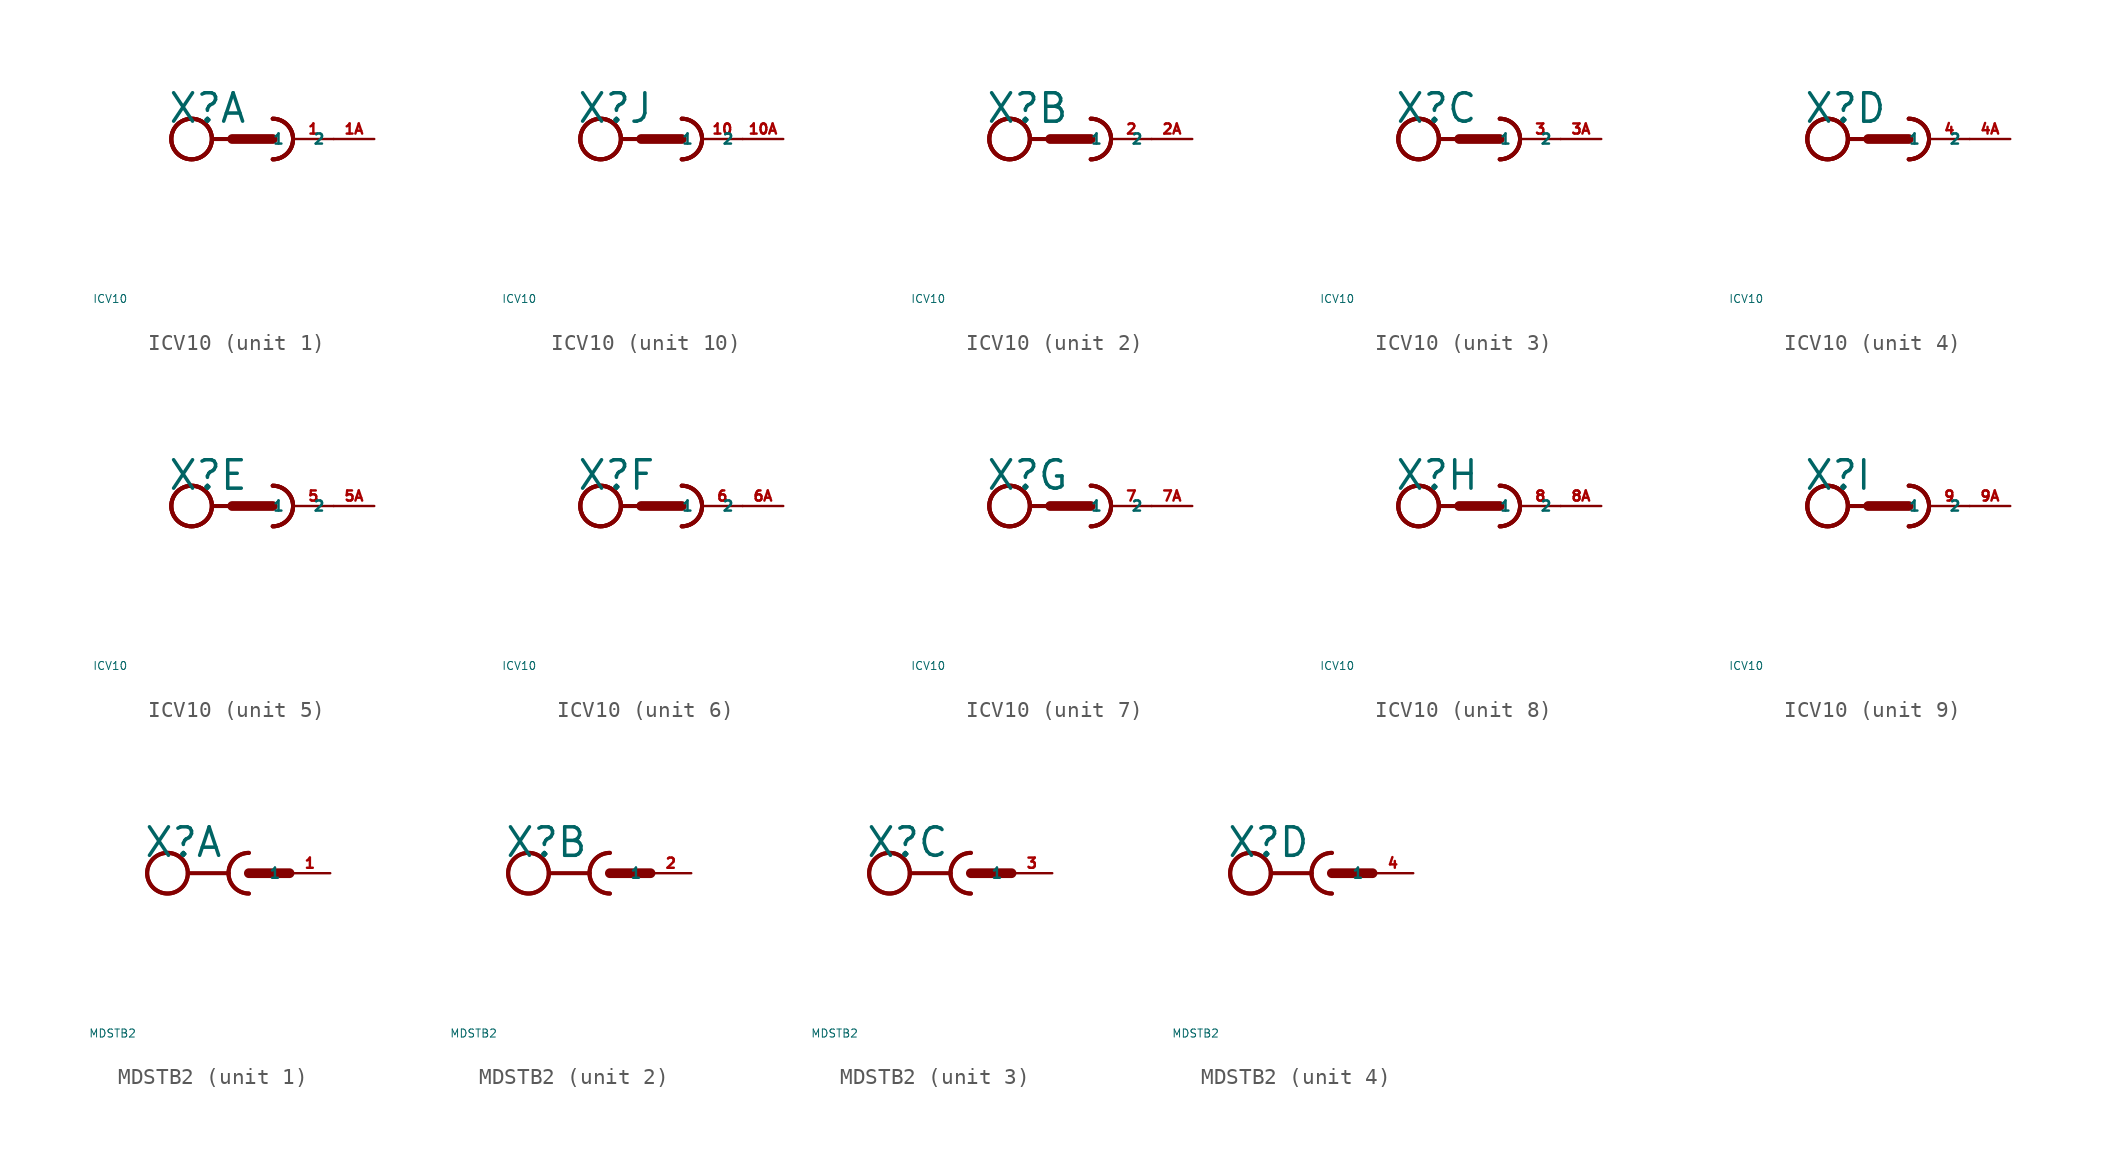
<source format=kicad_sym>
(kicad_symbol_lib
  (version 20220914)
  (generator Eagle2Kicad)
  (symbol "ICV10"
    (property "Reference" "X"
      (at -5.334 0.889 0)
      (effects (font (size 1.778 1.778) (thickness 0.22)) (justify left bottom)))
    (property "Value" "ICV10"
      (at -10 -10 0)
      (effects (font (size 0.5 0.5) (thickness 0.06)) (justify left)))
    (symbol "ICV10_1_0"
      (arc (start 1.27 -1.27) (mid 2.540 0.000) (end 1.27 1.27) (stroke (width 0.254) (type default)) (fill (type none)))
      (arc (start 1.27 -1.27) (mid 2.540 0.000) (end 1.27 1.27) (stroke (width 0.254) (type default)) (fill (type none)))
      (polyline (pts (xy -2.54 0) (xy -1.27 0)) (stroke (width 0.254) (type default)) (fill (type none)))
      (polyline (pts (xy -1.27 0) (xy 1.27 0)) (stroke (width 0.61) (type default)) (fill (type none)))
      (arc (start 1.27 -1.27) (mid 2.540 0.000) (end 1.27 1.27) (stroke (width 0.254) (type default)) (fill (type none)))
      (circle (center -3.81 0) (radius 1.27) (stroke (width 0.254) (type default)) (fill (type none)))
      (circle (center -3.81 0) (radius 1.27) (stroke (width 0.254) (type default)) (fill (type none)))
      (circle (center -3.81 0) (radius 1.27) (stroke (width 0.254) (type default)) (fill (type none)))
      (pin passive line (at 5.08 0 180) (length 2.54) (name "1" (effects (font (size 0.635 0.635) (thickness 0.08)) (justify left bottom))) (number "1" (effects (font (size 0.635 0.635) (thickness 0.08)) (justify left bottom))))
      (pin passive line (at 7.62 0 180) (length 2.54) (name "2" (effects (font (size 0.635 0.635) (thickness 0.08)) (justify left bottom))) (number "1A" (effects (font (size 0.635 0.635) (thickness 0.08)) (justify left bottom)))))
    (symbol "ICV10_2_0"
      (arc (start 1.27 -1.27) (mid 2.540 0.000) (end 1.27 1.27) (stroke (width 0.254) (type default)) (fill (type none)))
      (arc (start 1.27 -1.27) (mid 2.540 0.000) (end 1.27 1.27) (stroke (width 0.254) (type default)) (fill (type none)))
      (polyline (pts (xy -2.54 0) (xy -1.27 0)) (stroke (width 0.254) (type default)) (fill (type none)))
      (polyline (pts (xy -1.27 0) (xy 1.27 0)) (stroke (width 0.61) (type default)) (fill (type none)))
      (arc (start 1.27 -1.27) (mid 2.540 0.000) (end 1.27 1.27) (stroke (width 0.254) (type default)) (fill (type none)))
      (circle (center -3.81 0) (radius 1.27) (stroke (width 0.254) (type default)) (fill (type none)))
      (circle (center -3.81 0) (radius 1.27) (stroke (width 0.254) (type default)) (fill (type none)))
      (circle (center -3.81 0) (radius 1.27) (stroke (width 0.254) (type default)) (fill (type none)))
      (pin passive line (at 5.08 0 180) (length 2.54) (name "1" (effects (font (size 0.635 0.635) (thickness 0.08)) (justify left bottom))) (number "2" (effects (font (size 0.635 0.635) (thickness 0.08)) (justify left bottom))))
      (pin passive line (at 7.62 0 180) (length 2.54) (name "2" (effects (font (size 0.635 0.635) (thickness 0.08)) (justify left bottom))) (number "2A" (effects (font (size 0.635 0.635) (thickness 0.08)) (justify left bottom)))))
    (symbol "ICV10_3_0"
      (arc (start 1.27 -1.27) (mid 2.540 0.000) (end 1.27 1.27) (stroke (width 0.254) (type default)) (fill (type none)))
      (arc (start 1.27 -1.27) (mid 2.540 0.000) (end 1.27 1.27) (stroke (width 0.254) (type default)) (fill (type none)))
      (polyline (pts (xy -2.54 0) (xy -1.27 0)) (stroke (width 0.254) (type default)) (fill (type none)))
      (polyline (pts (xy -1.27 0) (xy 1.27 0)) (stroke (width 0.61) (type default)) (fill (type none)))
      (arc (start 1.27 -1.27) (mid 2.540 0.000) (end 1.27 1.27) (stroke (width 0.254) (type default)) (fill (type none)))
      (circle (center -3.81 0) (radius 1.27) (stroke (width 0.254) (type default)) (fill (type none)))
      (circle (center -3.81 0) (radius 1.27) (stroke (width 0.254) (type default)) (fill (type none)))
      (circle (center -3.81 0) (radius 1.27) (stroke (width 0.254) (type default)) (fill (type none)))
      (pin passive line (at 5.08 0 180) (length 2.54) (name "1" (effects (font (size 0.635 0.635) (thickness 0.08)) (justify left bottom))) (number "3" (effects (font (size 0.635 0.635) (thickness 0.08)) (justify left bottom))))
      (pin passive line (at 7.62 0 180) (length 2.54) (name "2" (effects (font (size 0.635 0.635) (thickness 0.08)) (justify left bottom))) (number "3A" (effects (font (size 0.635 0.635) (thickness 0.08)) (justify left bottom)))))
    (symbol "ICV10_4_0"
      (arc (start 1.27 -1.27) (mid 2.540 0.000) (end 1.27 1.27) (stroke (width 0.254) (type default)) (fill (type none)))
      (arc (start 1.27 -1.27) (mid 2.540 0.000) (end 1.27 1.27) (stroke (width 0.254) (type default)) (fill (type none)))
      (polyline (pts (xy -2.54 0) (xy -1.27 0)) (stroke (width 0.254) (type default)) (fill (type none)))
      (polyline (pts (xy -1.27 0) (xy 1.27 0)) (stroke (width 0.61) (type default)) (fill (type none)))
      (arc (start 1.27 -1.27) (mid 2.540 0.000) (end 1.27 1.27) (stroke (width 0.254) (type default)) (fill (type none)))
      (circle (center -3.81 0) (radius 1.27) (stroke (width 0.254) (type default)) (fill (type none)))
      (circle (center -3.81 0) (radius 1.27) (stroke (width 0.254) (type default)) (fill (type none)))
      (circle (center -3.81 0) (radius 1.27) (stroke (width 0.254) (type default)) (fill (type none)))
      (pin passive line (at 5.08 0 180) (length 2.54) (name "1" (effects (font (size 0.635 0.635) (thickness 0.08)) (justify left bottom))) (number "4" (effects (font (size 0.635 0.635) (thickness 0.08)) (justify left bottom))))
      (pin passive line (at 7.62 0 180) (length 2.54) (name "2" (effects (font (size 0.635 0.635) (thickness 0.08)) (justify left bottom))) (number "4A" (effects (font (size 0.635 0.635) (thickness 0.08)) (justify left bottom)))))
    (symbol "ICV10_5_0"
      (arc (start 1.27 -1.27) (mid 2.540 0.000) (end 1.27 1.27) (stroke (width 0.254) (type default)) (fill (type none)))
      (arc (start 1.27 -1.27) (mid 2.540 0.000) (end 1.27 1.27) (stroke (width 0.254) (type default)) (fill (type none)))
      (polyline (pts (xy -2.54 0) (xy -1.27 0)) (stroke (width 0.254) (type default)) (fill (type none)))
      (polyline (pts (xy -1.27 0) (xy 1.27 0)) (stroke (width 0.61) (type default)) (fill (type none)))
      (arc (start 1.27 -1.27) (mid 2.540 0.000) (end 1.27 1.27) (stroke (width 0.254) (type default)) (fill (type none)))
      (circle (center -3.81 0) (radius 1.27) (stroke (width 0.254) (type default)) (fill (type none)))
      (circle (center -3.81 0) (radius 1.27) (stroke (width 0.254) (type default)) (fill (type none)))
      (circle (center -3.81 0) (radius 1.27) (stroke (width 0.254) (type default)) (fill (type none)))
      (pin passive line (at 5.08 0 180) (length 2.54) (name "1" (effects (font (size 0.635 0.635) (thickness 0.08)) (justify left bottom))) (number "5" (effects (font (size 0.635 0.635) (thickness 0.08)) (justify left bottom))))
      (pin passive line (at 7.62 0 180) (length 2.54) (name "2" (effects (font (size 0.635 0.635) (thickness 0.08)) (justify left bottom))) (number "5A" (effects (font (size 0.635 0.635) (thickness 0.08)) (justify left bottom)))))
    (symbol "ICV10_6_0"
      (arc (start 1.27 -1.27) (mid 2.540 0.000) (end 1.27 1.27) (stroke (width 0.254) (type default)) (fill (type none)))
      (arc (start 1.27 -1.27) (mid 2.540 0.000) (end 1.27 1.27) (stroke (width 0.254) (type default)) (fill (type none)))
      (polyline (pts (xy -2.54 0) (xy -1.27 0)) (stroke (width 0.254) (type default)) (fill (type none)))
      (polyline (pts (xy -1.27 0) (xy 1.27 0)) (stroke (width 0.61) (type default)) (fill (type none)))
      (arc (start 1.27 -1.27) (mid 2.540 0.000) (end 1.27 1.27) (stroke (width 0.254) (type default)) (fill (type none)))
      (circle (center -3.81 0) (radius 1.27) (stroke (width 0.254) (type default)) (fill (type none)))
      (circle (center -3.81 0) (radius 1.27) (stroke (width 0.254) (type default)) (fill (type none)))
      (circle (center -3.81 0) (radius 1.27) (stroke (width 0.254) (type default)) (fill (type none)))
      (pin passive line (at 5.08 0 180) (length 2.54) (name "1" (effects (font (size 0.635 0.635) (thickness 0.08)) (justify left bottom))) (number "6" (effects (font (size 0.635 0.635) (thickness 0.08)) (justify left bottom))))
      (pin passive line (at 7.62 0 180) (length 2.54) (name "2" (effects (font (size 0.635 0.635) (thickness 0.08)) (justify left bottom))) (number "6A" (effects (font (size 0.635 0.635) (thickness 0.08)) (justify left bottom)))))
    (symbol "ICV10_7_0"
      (arc (start 1.27 -1.27) (mid 2.540 0.000) (end 1.27 1.27) (stroke (width 0.254) (type default)) (fill (type none)))
      (arc (start 1.27 -1.27) (mid 2.540 0.000) (end 1.27 1.27) (stroke (width 0.254) (type default)) (fill (type none)))
      (polyline (pts (xy -2.54 0) (xy -1.27 0)) (stroke (width 0.254) (type default)) (fill (type none)))
      (polyline (pts (xy -1.27 0) (xy 1.27 0)) (stroke (width 0.61) (type default)) (fill (type none)))
      (arc (start 1.27 -1.27) (mid 2.540 0.000) (end 1.27 1.27) (stroke (width 0.254) (type default)) (fill (type none)))
      (circle (center -3.81 0) (radius 1.27) (stroke (width 0.254) (type default)) (fill (type none)))
      (circle (center -3.81 0) (radius 1.27) (stroke (width 0.254) (type default)) (fill (type none)))
      (circle (center -3.81 0) (radius 1.27) (stroke (width 0.254) (type default)) (fill (type none)))
      (pin passive line (at 5.08 0 180) (length 2.54) (name "1" (effects (font (size 0.635 0.635) (thickness 0.08)) (justify left bottom))) (number "7" (effects (font (size 0.635 0.635) (thickness 0.08)) (justify left bottom))))
      (pin passive line (at 7.62 0 180) (length 2.54) (name "2" (effects (font (size 0.635 0.635) (thickness 0.08)) (justify left bottom))) (number "7A" (effects (font (size 0.635 0.635) (thickness 0.08)) (justify left bottom)))))
    (symbol "ICV10_8_0"
      (arc (start 1.27 -1.27) (mid 2.540 0.000) (end 1.27 1.27) (stroke (width 0.254) (type default)) (fill (type none)))
      (arc (start 1.27 -1.27) (mid 2.540 0.000) (end 1.27 1.27) (stroke (width 0.254) (type default)) (fill (type none)))
      (polyline (pts (xy -2.54 0) (xy -1.27 0)) (stroke (width 0.254) (type default)) (fill (type none)))
      (polyline (pts (xy -1.27 0) (xy 1.27 0)) (stroke (width 0.61) (type default)) (fill (type none)))
      (arc (start 1.27 -1.27) (mid 2.540 0.000) (end 1.27 1.27) (stroke (width 0.254) (type default)) (fill (type none)))
      (circle (center -3.81 0) (radius 1.27) (stroke (width 0.254) (type default)) (fill (type none)))
      (circle (center -3.81 0) (radius 1.27) (stroke (width 0.254) (type default)) (fill (type none)))
      (circle (center -3.81 0) (radius 1.27) (stroke (width 0.254) (type default)) (fill (type none)))
      (pin passive line (at 5.08 0 180) (length 2.54) (name "1" (effects (font (size 0.635 0.635) (thickness 0.08)) (justify left bottom))) (number "8" (effects (font (size 0.635 0.635) (thickness 0.08)) (justify left bottom))))
      (pin passive line (at 7.62 0 180) (length 2.54) (name "2" (effects (font (size 0.635 0.635) (thickness 0.08)) (justify left bottom))) (number "8A" (effects (font (size 0.635 0.635) (thickness 0.08)) (justify left bottom)))))
    (symbol "ICV10_9_0"
      (arc (start 1.27 -1.27) (mid 2.540 0.000) (end 1.27 1.27) (stroke (width 0.254) (type default)) (fill (type none)))
      (arc (start 1.27 -1.27) (mid 2.540 0.000) (end 1.27 1.27) (stroke (width 0.254) (type default)) (fill (type none)))
      (polyline (pts (xy -2.54 0) (xy -1.27 0)) (stroke (width 0.254) (type default)) (fill (type none)))
      (polyline (pts (xy -1.27 0) (xy 1.27 0)) (stroke (width 0.61) (type default)) (fill (type none)))
      (arc (start 1.27 -1.27) (mid 2.540 0.000) (end 1.27 1.27) (stroke (width 0.254) (type default)) (fill (type none)))
      (circle (center -3.81 0) (radius 1.27) (stroke (width 0.254) (type default)) (fill (type none)))
      (circle (center -3.81 0) (radius 1.27) (stroke (width 0.254) (type default)) (fill (type none)))
      (circle (center -3.81 0) (radius 1.27) (stroke (width 0.254) (type default)) (fill (type none)))
      (pin passive line (at 5.08 0 180) (length 2.54) (name "1" (effects (font (size 0.635 0.635) (thickness 0.08)) (justify left bottom))) (number "9" (effects (font (size 0.635 0.635) (thickness 0.08)) (justify left bottom))))
      (pin passive line (at 7.62 0 180) (length 2.54) (name "2" (effects (font (size 0.635 0.635) (thickness 0.08)) (justify left bottom))) (number "9A" (effects (font (size 0.635 0.635) (thickness 0.08)) (justify left bottom)))))
    (symbol "ICV10_10_0"
      (arc (start 1.27 -1.27) (mid 2.540 0.000) (end 1.27 1.27) (stroke (width 0.254) (type default)) (fill (type none)))
      (arc (start 1.27 -1.27) (mid 2.540 0.000) (end 1.27 1.27) (stroke (width 0.254) (type default)) (fill (type none)))
      (polyline (pts (xy -2.54 0) (xy -1.27 0)) (stroke (width 0.254) (type default)) (fill (type none)))
      (polyline (pts (xy -1.27 0) (xy 1.27 0)) (stroke (width 0.61) (type default)) (fill (type none)))
      (arc (start 1.27 -1.27) (mid 2.540 0.000) (end 1.27 1.27) (stroke (width 0.254) (type default)) (fill (type none)))
      (circle (center -3.81 0) (radius 1.27) (stroke (width 0.254) (type default)) (fill (type none)))
      (circle (center -3.81 0) (radius 1.27) (stroke (width 0.254) (type default)) (fill (type none)))
      (circle (center -3.81 0) (radius 1.27) (stroke (width 0.254) (type default)) (fill (type none)))
      (pin passive line (at 5.08 0 180) (length 2.54) (name "1" (effects (font (size 0.635 0.635) (thickness 0.08)) (justify left bottom))) (number "10" (effects (font (size 0.635 0.635) (thickness 0.08)) (justify left bottom))))
      (pin passive line (at 7.62 0 180) (length 2.54) (name "2" (effects (font (size 0.635 0.635) (thickness 0.08)) (justify left bottom))) (number "10A" (effects (font (size 0.635 0.635) (thickness 0.08)) (justify left bottom))))))
  (symbol "MDSTB2"
    (property "Reference" "X"
      (at -6.604 0.889 0)
      (effects (font (size 1.778 1.778) (thickness 0.22)) (justify left bottom)))
    (property "Value" "MDSTB2"
      (at -10 -10 0)
      (effects (font (size 0.5 0.5) (thickness 0.06)) (justify left)))
    (symbol "MDSTB2_1_0"
      (arc (start -1.27 0) (mid -0.898 -0.898) (end 0 -1.27) (stroke (width 0.254) (type default)) (fill (type none)))
      (arc (start 0 1.27) (mid -0.898 0.898) (end -1.27 0) (stroke (width 0.254) (type default)) (fill (type none)))
      (polyline (pts (xy -3.81 0) (xy -1.27 0)) (stroke (width 0.254) (type default)) (fill (type none)))
      (arc (start 0 1.27) (mid -1.270 0.000) (end 0 -1.27) (stroke (width 0.254) (type default)) (fill (type none)))
      (polyline (pts (xy 0 0) (xy 2.54 0)) (stroke (width 0.61) (type default)) (fill (type none)))
      (circle (center -5.08 0) (radius 1.27) (stroke (width 0.254) (type default)) (fill (type none)))
      (circle (center -5.08 0) (radius 1.27) (stroke (width 0.254) (type default)) (fill (type none)))
      (pin passive line (at 5.08 0 180) (length 2.54) (name "1" (effects (font (size 0.635 0.635) (thickness 0.08)) (justify left bottom))) (number "1" (effects (font (size 0.635 0.635) (thickness 0.08)) (justify left bottom)))))
    (symbol "MDSTB2_2_0"
      (arc (start -1.27 0) (mid -0.898 -0.898) (end 0 -1.27) (stroke (width 0.254) (type default)) (fill (type none)))
      (arc (start 0 1.27) (mid -0.898 0.898) (end -1.27 0) (stroke (width 0.254) (type default)) (fill (type none)))
      (polyline (pts (xy -3.81 0) (xy -1.27 0)) (stroke (width 0.254) (type default)) (fill (type none)))
      (arc (start 0 1.27) (mid -1.270 0.000) (end 0 -1.27) (stroke (width 0.254) (type default)) (fill (type none)))
      (polyline (pts (xy 0 0) (xy 2.54 0)) (stroke (width 0.61) (type default)) (fill (type none)))
      (circle (center -5.08 0) (radius 1.27) (stroke (width 0.254) (type default)) (fill (type none)))
      (circle (center -5.08 0) (radius 1.27) (stroke (width 0.254) (type default)) (fill (type none)))
      (pin passive line (at 5.08 0 180) (length 2.54) (name "1" (effects (font (size 0.635 0.635) (thickness 0.08)) (justify left bottom))) (number "2" (effects (font (size 0.635 0.635) (thickness 0.08)) (justify left bottom)))))
    (symbol "MDSTB2_3_0"
      (arc (start -1.27 0) (mid -0.898 -0.898) (end 0 -1.27) (stroke (width 0.254) (type default)) (fill (type none)))
      (arc (start 0 1.27) (mid -0.898 0.898) (end -1.27 0) (stroke (width 0.254) (type default)) (fill (type none)))
      (polyline (pts (xy -3.81 0) (xy -1.27 0)) (stroke (width 0.254) (type default)) (fill (type none)))
      (arc (start 0 1.27) (mid -1.270 0.000) (end 0 -1.27) (stroke (width 0.254) (type default)) (fill (type none)))
      (polyline (pts (xy 0 0) (xy 2.54 0)) (stroke (width 0.61) (type default)) (fill (type none)))
      (circle (center -5.08 0) (radius 1.27) (stroke (width 0.254) (type default)) (fill (type none)))
      (circle (center -5.08 0) (radius 1.27) (stroke (width 0.254) (type default)) (fill (type none)))
      (pin passive line (at 5.08 0 180) (length 2.54) (name "1" (effects (font (size 0.635 0.635) (thickness 0.08)) (justify left bottom))) (number "3" (effects (font (size 0.635 0.635) (thickness 0.08)) (justify left bottom)))))
    (symbol "MDSTB2_4_0"
      (arc (start -1.27 0) (mid -0.898 -0.898) (end 0 -1.27) (stroke (width 0.254) (type default)) (fill (type none)))
      (arc (start 0 1.27) (mid -0.898 0.898) (end -1.27 0) (stroke (width 0.254) (type default)) (fill (type none)))
      (polyline (pts (xy -3.81 0) (xy -1.27 0)) (stroke (width 0.254) (type default)) (fill (type none)))
      (arc (start 0 1.27) (mid -1.270 0.000) (end 0 -1.27) (stroke (width 0.254) (type default)) (fill (type none)))
      (polyline (pts (xy 0 0) (xy 2.54 0)) (stroke (width 0.61) (type default)) (fill (type none)))
      (circle (center -5.08 0) (radius 1.27) (stroke (width 0.254) (type default)) (fill (type none)))
      (circle (center -5.08 0) (radius 1.27) (stroke (width 0.254) (type default)) (fill (type none)))
      (pin passive line (at 5.08 0 180) (length 2.54) (name "1" (effects (font (size 0.635 0.635) (thickness 0.08)) (justify left bottom))) (number "4" (effects (font (size 0.635 0.635) (thickness 0.08)) (justify left bottom)))))))
</source>
